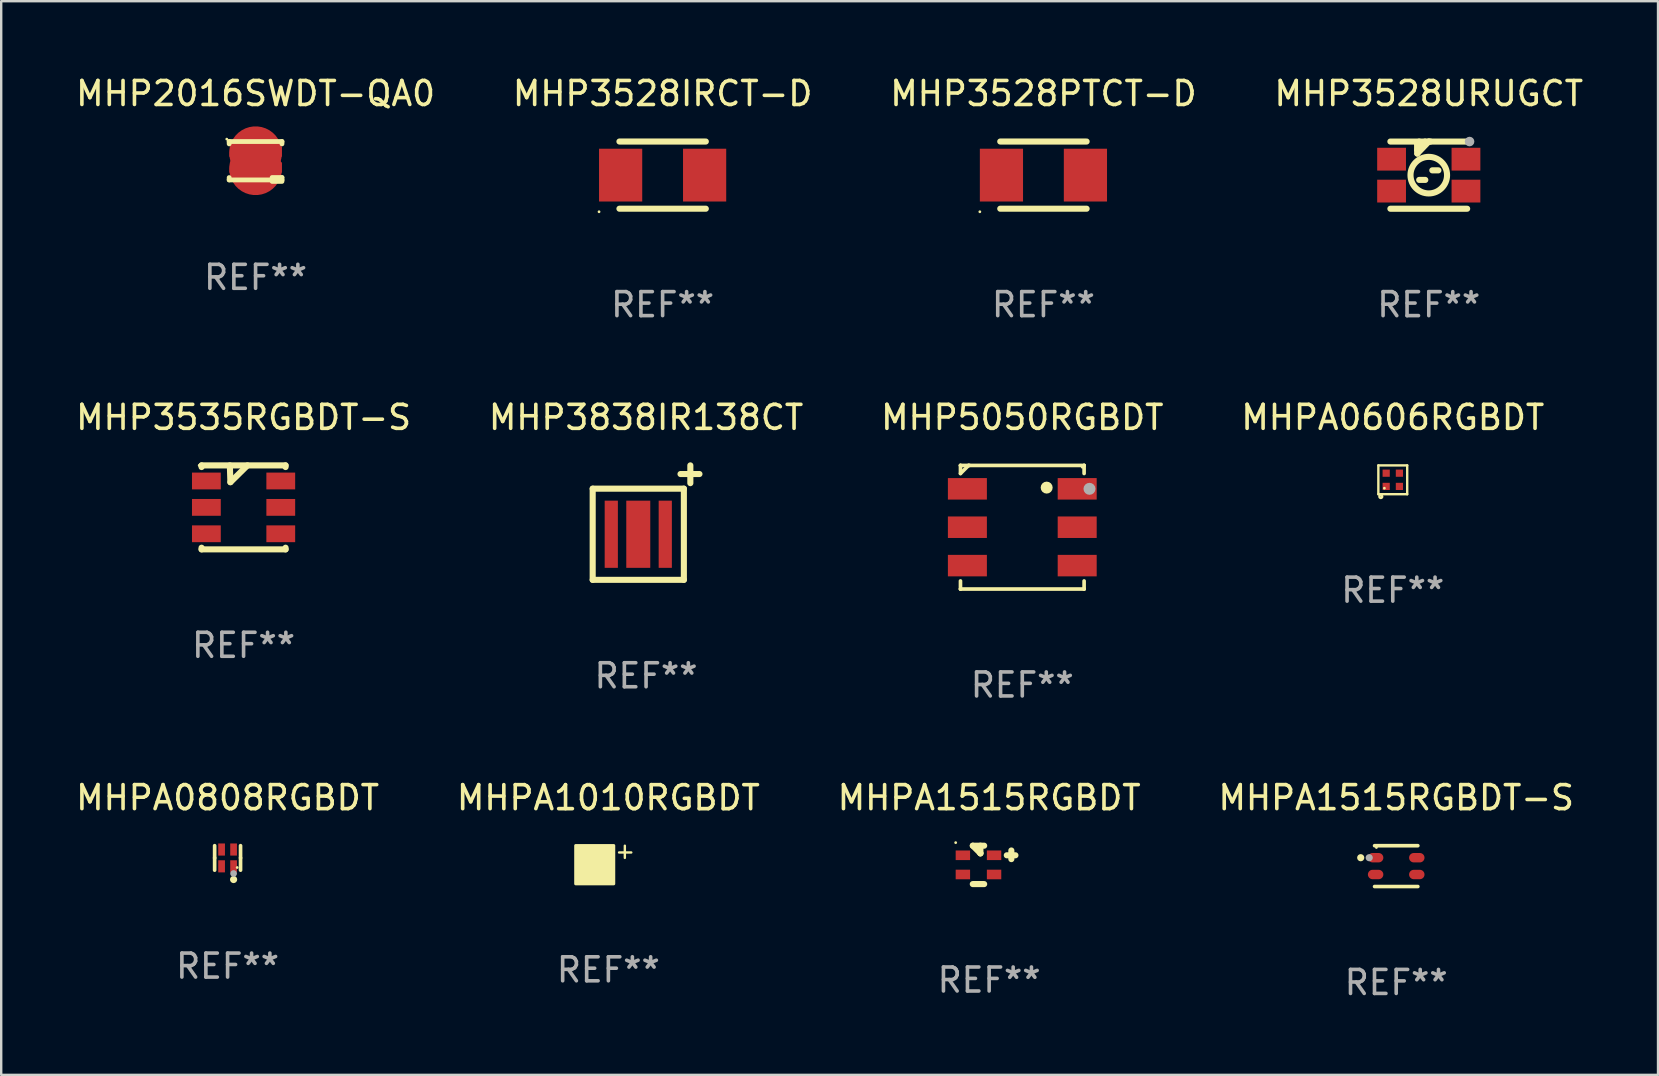
<source format=kicad_pcb>
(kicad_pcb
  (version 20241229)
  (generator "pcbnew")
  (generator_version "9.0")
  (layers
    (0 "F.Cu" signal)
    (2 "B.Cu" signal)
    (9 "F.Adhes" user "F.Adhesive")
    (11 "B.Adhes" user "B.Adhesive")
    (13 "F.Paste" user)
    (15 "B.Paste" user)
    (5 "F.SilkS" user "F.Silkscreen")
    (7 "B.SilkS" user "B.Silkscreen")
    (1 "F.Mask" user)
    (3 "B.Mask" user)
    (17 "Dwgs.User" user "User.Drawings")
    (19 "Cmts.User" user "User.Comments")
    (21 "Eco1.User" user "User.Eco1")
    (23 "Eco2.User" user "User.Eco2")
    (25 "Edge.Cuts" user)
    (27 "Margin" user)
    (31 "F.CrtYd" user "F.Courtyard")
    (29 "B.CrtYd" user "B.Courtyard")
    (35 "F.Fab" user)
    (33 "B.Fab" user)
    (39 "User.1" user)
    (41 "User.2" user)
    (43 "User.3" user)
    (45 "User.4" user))
  (footprint "MHP5050RGBDT"
    (layer "F.Cu")
    (at 39.554 18.922)
    (property "Reference" "MHP5050RGBDT" (at 0 -4.576 0) (layer "F.SilkS") (effects (font (size 1 1) (thickness 0.15))))
    (attr through_hole)
    (fp_line (start -2.576 -2.576) (end -2.576 -2.576) (stroke (width 0.152) (type solid)) (layer "F.SilkS"))
    (fp_line (start -2.576 -2.576) (end 2.576 -2.576) (stroke (width 0.152) (type solid)) (layer "F.SilkS"))
    (fp_line (start -2.576 -2.239) (end -2.576 -2.576) (stroke (width 0.152) (type solid)) (layer "F.SilkS"))
    (fp_line (start -2.576 2.239) (end -2.576 2.576) (stroke (width 0.152) (type solid)) (layer "F.SilkS"))
    (fp_line (start -2.576 2.576) (end -2.576 2.576) (stroke (width 0.152) (type solid)) (layer "F.SilkS"))
    (fp_line (start -2.576 2.576) (end 2.576 2.576) (stroke (width 0.152) (type solid)) (layer "F.SilkS"))
    (fp_line (start -2.576 -2.238) (end -2.238 -2.576) (stroke (width 0.152) (type solid)) (layer "F.SilkS"))
    (fp_line (start -2.238 -2.576) (end -2.202 -2.576) (stroke (width 0.152) (type solid)) (layer "F.SilkS"))
    (fp_line (start 2.576 -2.576) (end 2.576 -2.576) (stroke (width 0.152) (type solid)) (layer "F.SilkS"))
    (fp_line (start 2.576 -2.576) (end 2.576 -2.239) (stroke (width 0.152) (type solid)) (layer "F.SilkS"))
    (fp_line (start 2.576 2.576) (end 2.576 2.239) (stroke (width 0.152) (type solid)) (layer "F.SilkS"))
    (fp_line (start 2.576 2.576) (end 2.576 2.576) (stroke (width 0.152) (type solid)) (layer "F.SilkS"))
    (fp_circle (center 1.016 -1.651) (end 1.141 -1.651) (stroke (width 0.25) (type solid)) (fill no) (layer "F.SilkS"))
    (fp_circle (center 2.5 -2.5) (end 2.53 -2.5) (stroke (width 0.06) (type solid)) (fill no) (layer "F.SilkS"))
    (fp_circle (center 2.8 -1.6) (end 2.925 -1.6) (stroke (width 0.25) (type solid)) (fill no) (layer "F.Fab"))
    (fp_text user "REF**" (at 0 6.576 0) (layer "F.Fab") (effects (font (size 1 1) (thickness 0.15))))
    (pad "1" smd rect (at 2.288 -1.6) (size 1.625 0.896) (layers "F.Cu" "F.Mask" "F.Paste"))
    (pad "2" smd rect (at -2.288 -1.6) (size 1.625 0.896) (layers "F.Cu" "F.Mask" "F.Paste"))
    (pad "3" smd rect (at 2.288 0) (size 1.625 0.896) (layers "F.Cu" "F.Mask" "F.Paste"))
    (pad "4" smd rect (at -2.288 0) (size 1.625 0.896) (layers "F.Cu" "F.Mask" "F.Paste"))
    (pad "5" smd rect (at 2.288 1.6) (size 1.625 0.896) (layers "F.Cu" "F.Mask" "F.Paste"))
    (pad "6" smd rect (at -2.288 1.6) (size 1.625 0.896) (layers "F.Cu" "F.Mask" "F.Paste")))
  (footprint "MHP3535RGBDT-S"
    (layer "F.Cu")
    (at 7.101 18.095)
    (property "Reference" "MHP3535RGBDT-S" (at 0 -3.75 0) (layer "F.SilkS") (effects (font (size 1 1) (thickness 0.15))))
    (attr through_hole)
    (fp_line (start -1.75 -1.681) (end -1.75 -1.75) (stroke (width 0.254) (type solid)) (layer "F.SilkS"))
    (fp_line (start -1.75 1.75) (end -1.75 1.681) (stroke (width 0.254) (type solid)) (layer "F.SilkS"))
    (fp_line (start -1.75 1.75) (end 1.75 1.75) (stroke (width 0.254) (type solid)) (layer "F.SilkS"))
    (fp_line (start -0.572 -1.75) (end -0.549 -1.049) (stroke (width 0.254) (type solid)) (layer "F.SilkS"))
    (fp_line (start -0.549 -1.049) (end 0.162 -1.75) (stroke (width 0.254) (type solid)) (layer "F.SilkS"))
    (fp_line (start 1.75 -1.75) (end -1.75 -1.75) (stroke (width 0.254) (type solid)) (layer "F.SilkS"))
    (fp_line (start 1.75 -1.75) (end 1.75 -1.681) (stroke (width 0.254) (type solid)) (layer "F.SilkS"))
    (fp_line (start 1.75 1.681) (end 1.75 1.75) (stroke (width 0.254) (type solid)) (layer "F.SilkS"))
    (fp_circle (center -1.85 -1.75) (end -1.82 -1.75) (stroke (width 0.06) (type solid)) (fill no) (layer "F.SilkS"))
    (fp_text user "REF**" (at 0 5.75 0) (layer "F.Fab") (effects (font (size 1 1) (thickness 0.15))))
    (pad "1" smd rect (at -1.55 -1.1) (size 1.2 0.7) (layers "F.Cu" "F.Mask" "F.Paste"))
    (pad "2" smd rect (at -1.55 0) (size 1.2 0.7) (layers "F.Cu" "F.Mask" "F.Paste"))
    (pad "3" smd rect (at -1.55 1.1) (size 1.2 0.7) (layers "F.Cu" "F.Mask" "F.Paste"))
    (pad "4" smd rect (at 1.55 1.1) (size 1.2 0.7) (layers "F.Cu" "F.Mask" "F.Paste"))
    (pad "5" smd rect (at 1.55 0) (size 1.2 0.7) (layers "F.Cu" "F.Mask" "F.Paste"))
    (pad "6" smd rect (at 1.55 -1.1) (size 1.2 0.7) (layers "F.Cu" "F.Mask" "F.Paste")))
  (footprint "MHPA0606RGBDT"
    (layer "F.Cu")
    (at 54.994 16.946)
    (property "Reference" "MHPA0606RGBDT" (at 0 -2.601 0) (layer "F.SilkS") (effects (font (size 1 1) (thickness 0.15))))
    (attr through_hole)
    (fp_line (start -0.601 -0.601) (end 0.601 -0.601) (stroke (width 0.1) (type solid)) (layer "F.SilkS"))
    (fp_line (start -0.601 0.601) (end -0.601 -0.601) (stroke (width 0.1) (type solid)) (layer "F.SilkS"))
    (fp_line (start 0.601 -0.601) (end 0.601 0.601) (stroke (width 0.1) (type solid)) (layer "F.SilkS"))
    (fp_line (start 0.601 0.601) (end -0.601 0.601) (stroke (width 0.1) (type solid)) (layer "F.SilkS"))
    (fp_circle (center -0.499 0.699) (end -0.44 0.699) (stroke (width 0.1) (type solid)) (fill no) (layer "F.SilkS"))
    (fp_circle (center -0.35 0.35) (end -0.32 0.35) (stroke (width 0.06) (type solid)) (fill no) (layer "F.SilkS"))
    (fp_text user "REF**" (at 0 4.601 0) (layer "F.Fab") (effects (font (size 1 1) (thickness 0.15))))
    (pad "1" smd rect (at -0.275 0.275 180) (size 0.3 0.3) (layers "F.Cu" "F.Mask" "F.Paste"))
    (pad "2" smd rect (at -0.275 -0.276 180) (size 0.3 0.3) (layers "F.Cu" "F.Mask" "F.Paste"))
    (pad "3" smd rect (at 0.276 -0.276 180) (size 0.3 0.3) (layers "F.Cu" "F.Mask" "F.Paste"))
    (pad "4" smd rect (at 0.276 0.275 180) (size 0.3 0.3) (layers "F.Cu" "F.Mask" "F.Paste")))
  (footprint "MHP3528IRCT-D"
    (layer "F.Cu")
    (at 24.565 4.248)
    (property "Reference" "MHP3528IRCT-D" (at 0 -3.4 0) (layer "F.SilkS") (effects (font (size 1 1) (thickness 0.15))))
    (attr through_hole)
    (fp_line (start -1.8 -1.4) (end 1.8 -1.4) (stroke (width 0.254) (type solid)) (layer "F.SilkS"))
    (fp_line (start -1.8 1.4) (end 1.8 1.4) (stroke (width 0.254) (type solid)) (layer "F.SilkS"))
    (fp_circle (center -2.65 1.527) (end -2.62 1.527) (stroke (width 0.06) (type solid)) (fill no) (layer "F.SilkS"))
    (fp_text user "REF**" (at 0 5.4 0) (layer "F.Fab") (effects (font (size 1 1) (thickness 0.15))))
    (pad "1" smd rect (at -1.75 0 180) (size 1.8 2.2) (layers "F.Cu" "F.Mask" "F.Paste"))
    (pad "2" smd rect (at 1.75 0 180) (size 1.8 2.2) (layers "F.Cu" "F.Mask" "F.Paste")))
  (footprint "MHPA1515RGBDT-S"
    (layer "F.Cu")
    (at 55.137 33.045)
    (property "Reference" "MHPA1515RGBDT-S" (at 0 -2.851 0) (layer "F.SilkS") (effects (font (size 1 1) (thickness 0.15))))
    (attr through_hole)
    (fp_line (start -0.901 -0.851) (end 0.901 -0.851) (stroke (width 0.152) (type solid)) (layer "F.SilkS"))
    (fp_line (start -0.901 0.851) (end 0.901 0.851) (stroke (width 0.152) (type solid)) (layer "F.SilkS"))
    (fp_circle (center -1.479 -0.35) (end -1.404 -0.35) (stroke (width 0.15) (type solid)) (fill no) (layer "F.SilkS"))
    (fp_circle (center -0.825 -0.775) (end -0.795 -0.775) (stroke (width 0.06) (type solid)) (fill no) (layer "F.SilkS"))
    (fp_circle (center -1.125 -0.35) (end -1.05 -0.35) (stroke (width 0.15) (type solid)) (fill no) (layer "F.Fab"))
    (fp_text user "REF**" (at 0 4.851 0) (layer "F.Fab") (effects (font (size 1 1) (thickness 0.15))))
    (pad "1" smd oval (at -0.858 -0.35 270) (size 0.392 0.643) (layers "F.Cu" "F.Mask" "F.Paste"))
    (pad "2" smd oval (at -0.858 0.35 270) (size 0.392 0.643) (layers "F.Cu" "F.Mask" "F.Paste"))
    (pad "3" smd oval (at 0.858 0.35 270) (size 0.392 0.643) (layers "F.Cu" "F.Mask" "F.Paste"))
    (pad "4" smd oval (at 0.858 -0.35 270) (size 0.392 0.643) (layers "F.Cu" "F.Mask" "F.Paste")))
  (footprint "MHP3528PTCT-D"
    (layer "F.Cu")
    (at 40.435 4.248)
    (property "Reference" "MHP3528PTCT-D" (at 0 -3.4 0) (layer "F.SilkS") (effects (font (size 1 1) (thickness 0.15))))
    (attr through_hole)
    (fp_line (start -1.8 -1.4) (end 1.8 -1.4) (stroke (width 0.254) (type solid)) (layer "F.SilkS"))
    (fp_line (start -1.8 1.4) (end 1.8 1.4) (stroke (width 0.254) (type solid)) (layer "F.SilkS"))
    (fp_circle (center -2.65 1.527) (end -2.62 1.527) (stroke (width 0.06) (type solid)) (fill no) (layer "F.SilkS"))
    (fp_text user "REF**" (at 0 5.4 0) (layer "F.Fab") (effects (font (size 1 1) (thickness 0.15))))
    (pad "1" smd rect (at -1.75 0 180) (size 1.8 2.2) (layers "F.Cu" "F.Mask" "F.Paste"))
    (pad "2" smd rect (at 1.75 0 180) (size 1.8 2.2) (layers "F.Cu" "F.Mask" "F.Paste")))
  (footprint "MHP3528URUGCT"
    (layer "F.Cu")
    (at 56.494 4.249)
    (property "Reference" "MHP3528URUGCT" (at 0 -3.4 0) (layer "F.SilkS") (effects (font (size 1 1) (thickness 0.15))))
    (attr through_hole)
    (fp_line (start -1.6 -1.4) (end 1.6 -1.4) (stroke (width 0.254) (type solid)) (layer "F.SilkS"))
    (fp_line (start -0.479 -1.321) (end -0.4 -1.4) (stroke (width 0.254) (type solid)) (layer "F.SilkS"))
    (fp_line (start -0.479 -1.04) (end -0.479 -1.321) (stroke (width 0.254) (type solid)) (layer "F.SilkS"))
    (fp_line (start -0.478 -1.322) (end -0.478 -0.9) (stroke (width 0.254) (type solid)) (layer "F.SilkS"))
    (fp_line (start -0.478 -0.9) (end 0.000064 -1.4) (stroke (width 0.254) (type solid)) (layer "F.SilkS"))
    (fp_line (start -0.153 -1.4) (end -0.153 -1.366) (stroke (width 0.254) (type solid)) (layer "F.SilkS"))
    (fp_line (start -0.153 -1.366) (end -0.479 -1.04) (stroke (width 0.254) (type solid)) (layer "F.SilkS"))
    (fp_line (start -0.145 0.199) (end -0.399 0.199) (stroke (width 0.254) (type solid)) (layer "F.SilkS"))
    (fp_line (start 0.000064 -1.4) (end 0.068 -1.4) (stroke (width 0.254) (type solid)) (layer "F.SilkS"))
    (fp_line (start 0.401 -0.2) (end 0.147 -0.2) (stroke (width 0.254) (type solid)) (layer "F.SilkS"))
    (fp_line (start 1.6 1.4) (end -1.6 1.4) (stroke (width 0.254) (type solid)) (layer "F.SilkS"))
    (fp_circle (center 0.000064 0.000165) (end 0.762 0.000165) (stroke (width 0.254) (type solid)) (fill no) (layer "F.SilkS"))
    (fp_circle (center 1.75 -1.4) (end 1.78 -1.4) (stroke (width 0.06) (type solid)) (fill no) (layer "F.SilkS"))
    (fp_circle (center 1.7 -1.4) (end 1.8 -1.4) (stroke (width 0.2) (type solid)) (fill no) (layer "F.Fab"))
    (fp_text user "REF**" (at 0 5.4 0) (layer "F.Fab") (effects (font (size 1 1) (thickness 0.15))))
    (pad "1" smd rect (at 1.55 -0.665 180) (size 1.2 0.95) (layers "F.Cu" "F.Mask" "F.Paste"))
    (pad "2" smd rect (at 1.55 0.665 180) (size 1.2 0.95) (layers "F.Cu" "F.Mask" "F.Paste"))
    (pad "3" smd rect (at -1.55 0.665 180) (size 1.2 0.95) (layers "F.Cu" "F.Mask" "F.Paste"))
    (pad "4" smd rect (at -1.55 -0.665 180) (size 1.2 0.95) (layers "F.Cu" "F.Mask" "F.Paste")))
  (footprint "MHPA1010RGBDT"
    (layer "F.Cu")
    (at 22.304 32.782)
    (property "Reference" "MHPA1010RGBDT" (at 0 -2.587 0) (layer "F.SilkS") (effects (font (size 1 1) (thickness 0.15))))
    (attr through_hole)
    (fp_line (start 0.446 -0.305) (end 0.687 -0.305) (stroke (width 0.1) (type solid)) (layer "F.SilkS"))
    (fp_line (start 0.686 -0.079) (end 0.686 -0.587) (stroke (width 0.1) (type solid)) (layer "F.SilkS"))
    (fp_line (start 0.687 -0.305) (end 0.954 -0.305) (stroke (width 0.1) (type solid)) (layer "F.SilkS"))
    (fp_circle (center -0.069 -0.297) (end -0.039 -0.297) (stroke (width 0.06) (type solid)) (fill no) (layer "F.SilkS"))
    (fp_poly (pts (xy -1.364 -0.595) (xy 0.226 -0.595) (xy 0.226 1.003) (xy -1.364 1.003)) (stroke (width 0.12) (type solid)) (fill yes) (layer "F.SilkS"))
    (fp_text user "REF**" (at 0 4.587 0) (layer "F.Fab") (effects (font (size 1 1) (thickness 0.15))))
    (pad "1" smd rect (at -0.184 -0.182) (size 0.43 0.43) (layers "F.Cu" "F.Mask" "F.Paste"))
    (pad "2" smd rect (at -0.184 0.587) (size 0.43 0.43) (layers "F.Cu" "F.Mask" "F.Paste"))
    (pad "3" smd rect (at -0.954 0.587) (size 0.43 0.43) (layers "F.Cu" "F.Mask" "F.Paste"))
    (pad "4" smd rect (at -0.954 -0.182) (size 0.43 0.43) (layers "F.Cu" "F.Mask" "F.Paste")))
  (footprint "MHP3838IR138CT"
    (layer "F.Cu")
    (at 23.875 18.73)
    (property "Reference" "MHP3838IR138CT" (at 0 -4.385 0) (layer "F.SilkS") (effects (font (size 1 1) (thickness 0.15))))
    (attr through_hole)
    (fp_line (start -2.225 -1.415) (end 1.575 -1.415) (stroke (width 0.254) (type solid)) (layer "F.SilkS"))
    (fp_line (start -2.225 2.385) (end -2.225 -1.415) (stroke (width 0.254) (type solid)) (layer "F.SilkS"))
    (fp_line (start 1.435 -2.025) (end 2.225 -2.025) (stroke (width 0.254) (type solid)) (layer "F.SilkS"))
    (fp_line (start 1.575 -1.415) (end 1.575 2.385) (stroke (width 0.254) (type solid)) (layer "F.SilkS"))
    (fp_line (start 1.575 2.385) (end -2.225 2.385) (stroke (width 0.254) (type solid)) (layer "F.SilkS"))
    (fp_line (start 1.845 -2.385) (end 1.845 -1.645) (stroke (width 0.254) (type solid)) (layer "F.SilkS"))
    (fp_circle (center -2.225 2.385) (end -2.195 2.385) (stroke (width 0.06) (type solid)) (fill no) (layer "F.SilkS"))
    (fp_text user "REF**" (at 0 6.385 0) (layer "F.Fab") (effects (font (size 1 1) (thickness 0.15))))
    (pad "1" smd rect (at -1.45 0.485 90) (size 2.8 0.55) (layers "F.Cu" "F.Mask" "F.Paste"))
    (pad "2" smd rect (at -0.325 0.485 90) (size 2.8 1) (layers "F.Cu" "F.Mask" "F.Paste"))
    (pad "2" smd rect (at 0.8 0.485 90) (size 2.8 0.55) (layers "F.Cu" "F.Mask" "F.Paste")))
  (footprint "MHPA1515RGBDT"
    (layer "F.Cu")
    (at 38.173 32.994)
    (property "Reference" "MHPA1515RGBDT" (at 0 -2.8 0) (layer "F.SilkS") (effects (font (size 1 1) (thickness 0.15))))
    (attr through_hole)
    (fp_line (start -0.365 -0.48) (end -0.364 -0.483) (stroke (width 0.254) (type solid)) (layer "F.SilkS"))
    (fp_line (start -0.364 -0.8) (end -0.365 -0.48) (stroke (width 0.254) (type solid)) (layer "F.SilkS"))
    (fp_line (start -0.364 -0.483) (end -0.682 -0.8) (stroke (width 0.254) (type solid)) (layer "F.SilkS"))
    (fp_line (start -0.208 -0.8) (end -0.682 -0.8) (stroke (width 0.254) (type solid)) (layer "F.SilkS"))
    (fp_line (start -0.208 0.8) (end -0.682 0.8) (stroke (width 0.254) (type solid)) (layer "F.SilkS"))
    (fp_line (start 0.925 -0.6) (end 0.925 -0.24) (stroke (width 0.254) (type solid)) (layer "F.SilkS"))
    (fp_line (start 1.095 -0.4) (end 0.735 -0.4) (stroke (width 0.254) (type solid)) (layer "F.SilkS"))
    (fp_circle (center -1.395 -0.927) (end -1.365 -0.927) (stroke (width 0.06) (type solid)) (fill no) (layer "F.SilkS"))
    (fp_text user "REF**" (at 0 4.8 0) (layer "F.Fab") (effects (font (size 1 1) (thickness 0.15))))
    (pad "1" smd rect (at -1.095 -0.4 180) (size 0.6 0.4) (layers "F.Cu" "F.Mask" "F.Paste"))
    (pad "2" smd rect (at 0.205 -0.4 180) (size 0.6 0.4) (layers "F.Cu" "F.Mask" "F.Paste"))
    (pad "3" smd rect (at 0.205 0.4 180) (size 0.6 0.4) (layers "F.Cu" "F.Mask" "F.Paste"))
    (pad "4" smd rect (at -1.095 0.4 180) (size 0.6 0.4) (layers "F.Cu" "F.Mask" "F.Paste")))
  (footprint "MHPA0808RGBDT"
    (layer "F.Cu")
    (at 6.435 32.704)
    (property "Reference" "MHPA0808RGBDT" (at 0 -2.51 0) (layer "F.SilkS") (effects (font (size 1 1) (thickness 0.15))))
    (attr through_hole)
    (fp_line (start -0.54 -0.51) (end -0.54 0.000013) (stroke (width 0.152) (type solid)) (layer "F.SilkS"))
    (fp_line (start -0.54 0.000013) (end -0.54 0.51) (stroke (width 0.152) (type solid)) (layer "F.SilkS"))
    (fp_line (start 0.54 0.000013) (end 0.54 -0.51) (stroke (width 0.152) (type solid)) (layer "F.SilkS"))
    (fp_line (start 0.54 0.51) (end 0.54 0.000013) (stroke (width 0.152) (type solid)) (layer "F.SilkS"))
    (fp_circle (center 0.25 0.9) (end 0.325 0.9) (stroke (width 0.15) (type solid)) (fill no) (layer "F.SilkS"))
    (fp_circle (center 0.4 0.4) (end 0.43 0.4) (stroke (width 0.06) (type solid)) (fill no) (layer "F.SilkS"))
    (fp_circle (center 0.25 0.65) (end 0.32 0.65) (stroke (width 0.14) (type solid)) (fill no) (layer "F.Fab"))
    (fp_text user "REF**" (at 0 4.51 0) (layer "F.Fab") (effects (font (size 1 1) (thickness 0.15))))
    (pad "1" smd rect (at 0.25 0.35) (size 0.28 0.505) (layers "F.Cu" "F.Mask" "F.Paste"))
    (pad "2" smd rect (at -0.25 0.35) (size 0.28 0.505) (layers "F.Cu" "F.Mask" "F.Paste"))
    (pad "3" smd rect (at -0.25 -0.35) (size 0.28 0.505) (layers "F.Cu" "F.Mask" "F.Paste"))
    (pad "4" smd rect (at 0.25 -0.35) (size 0.28 0.505) (layers "F.Cu" "F.Mask" "F.Paste")))
  (footprint "MHP2016SWDT-QA0"
    (layer "F.Cu")
    (at 7.601 3.679)
    (property "Reference" "MHP2016SWDT-QA0" (at 0 -2.831 0) (layer "F.SilkS") (effects (font (size 1 1) (thickness 0.15))))
    (attr through_hole)
    (fp_line (start -1.1 -0.831) (end -1.1 -0.732) (stroke (width 0.2) (type solid)) (layer "F.SilkS"))
    (fp_line (start -1.1 -0.831) (end 1.1 -0.831) (stroke (width 0.2) (type solid)) (layer "F.SilkS"))
    (fp_line (start -1.1 0.671) (end -1.1 0.769) (stroke (width 0.2) (type solid)) (layer "F.SilkS"))
    (fp_line (start -1.1 0.769) (end 1.1 0.769) (stroke (width 0.2) (type solid)) (layer "F.SilkS"))
    (fp_line (start 0.69 0.669) (end 1.1 0.669) (stroke (width 0.2) (type solid)) (layer "F.SilkS"))
    (fp_line (start 0.691 0.831) (end 1.1 0.831) (stroke (width 0.2) (type solid)) (layer "F.SilkS"))
    (fp_line (start 1.1 -0.831) (end 1.1 -0.732) (stroke (width 0.2) (type solid)) (layer "F.SilkS"))
    (fp_line (start 1.1 0.671) (end 1.1 0.769) (stroke (width 0.2) (type solid)) (layer "F.SilkS"))
    (fp_circle (center -1.2 -0.931) (end -1.17 -0.931) (stroke (width 0.06) (type solid)) (fill no) (layer "F.SilkS"))
    (fp_text user "REF**" (at 0 4.831 0) (layer "F.Fab") (effects (font (size 1 1) (thickness 0.15))))
    (pad "1" smd custom (at 0 -0.363 180) (size 2.2 0.43) (layers "F.Cu" "F.Mask" "F.Paste") (options (anchor circle)) (primitives (gr_poly (pts (xy 0.38 0.165) (xy 0.68 0.165) (xy 0.8 0.045) (xy 0.85 0.045) (xy 1.1 0.045) (xy 1.1 -0.165) (xy -1.1 -0.165) (xy -1.1 0.265) (xy -0.84 0.265) (xy -0.74 0.165) (xy -0.66 0.165)) (width 0) (fill yes))))
    (pad "2" smd custom (at 0 0.302) (size 2.2 0.43) (layers "F.Cu" "F.Mask" "F.Paste") (options (anchor circle)) (primitives (gr_poly (pts (xy -0.38 -0.165) (xy -0.68 -0.165) (xy -0.8 -0.045) (xy -0.85 -0.045) (xy -1.1 -0.045) (xy -1.1 0.165) (xy 1.1 0.165) (xy 1.1 -0.265) (xy 0.84 -0.265) (xy 0.74 -0.165) (xy 0.66 -0.165)) (width 0) (fill yes)))))
  (gr_rect
    (start -3 -3)
    (end 66.048 41.745)
    (stroke (width 0.1) (type default))
    (fill no)
    (layer "Edge.Cuts")))
</source>
